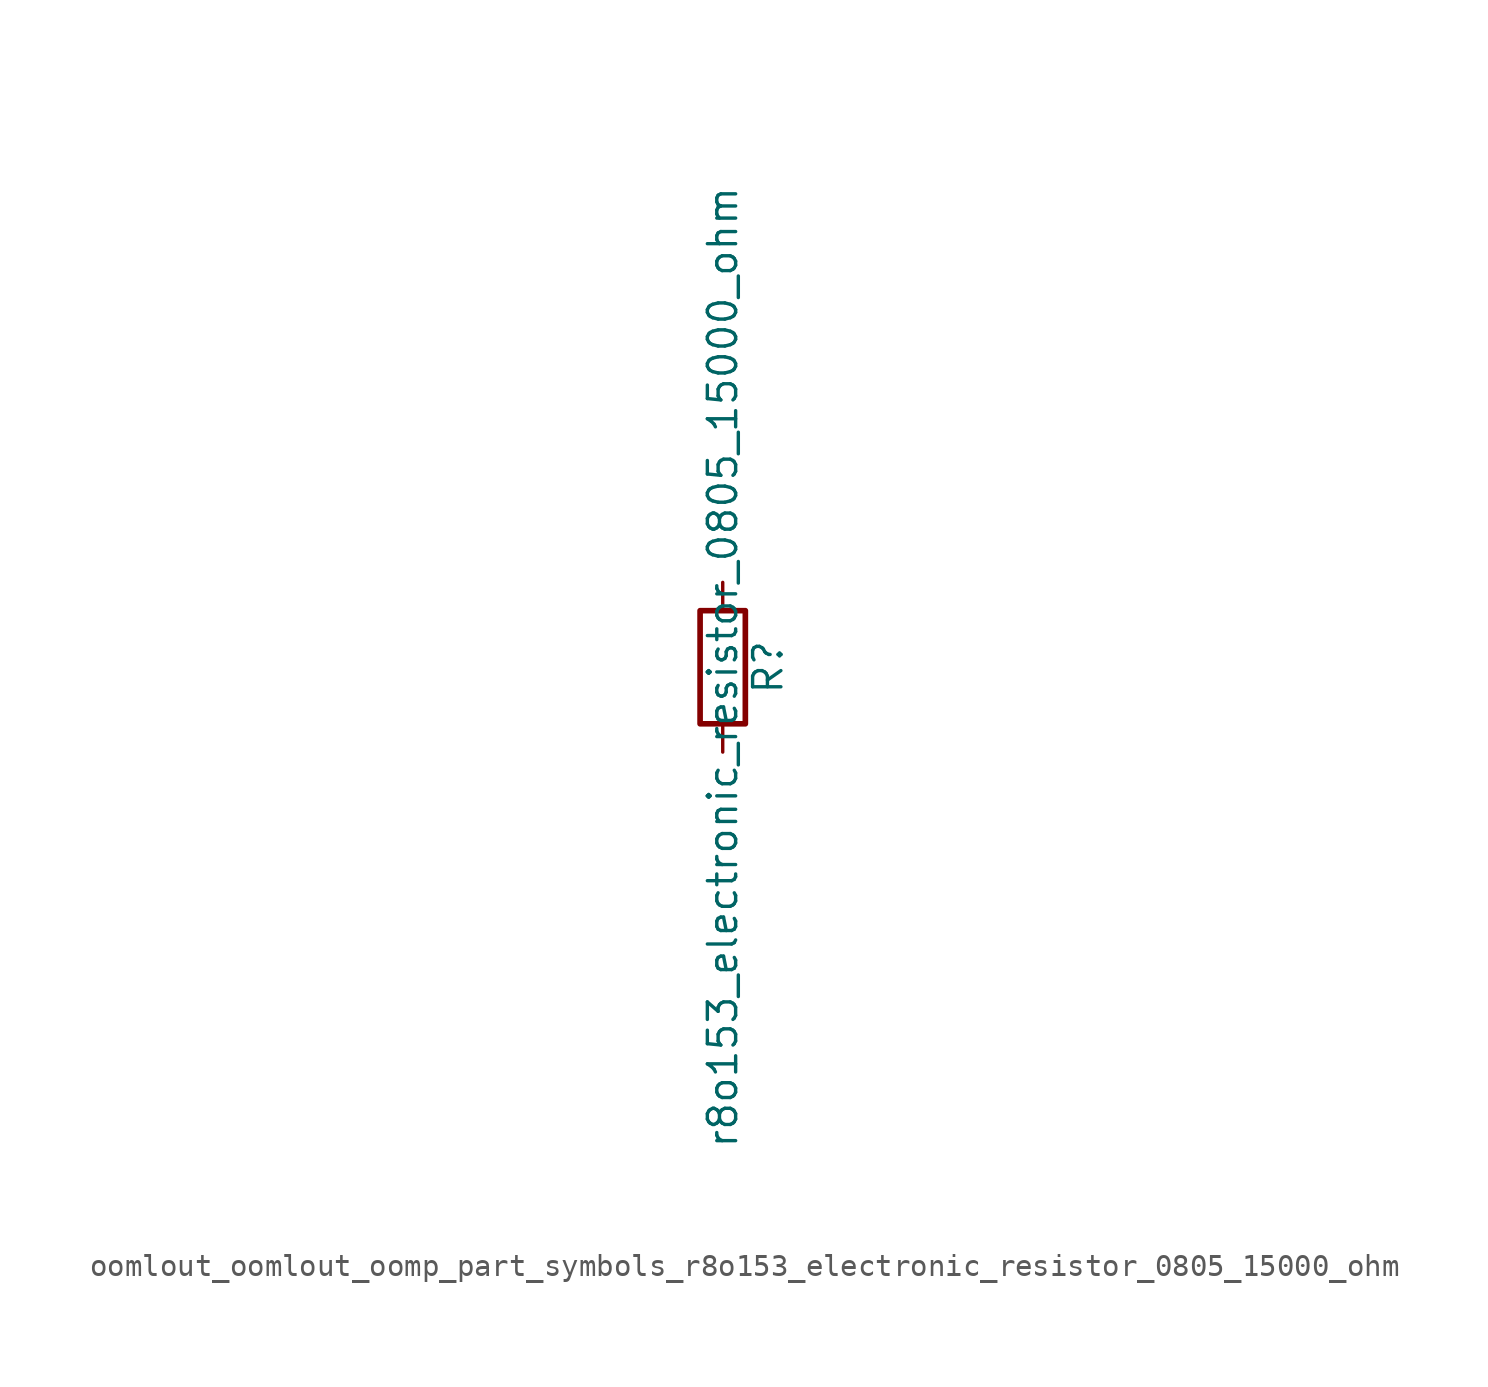
<source format=kicad_sym>
(kicad_symbol_lib
  (version 20220914)
  (generator kicad_symbol_editor)
  (symbol "oomlout_oomlout_oomp_part_symbols_r8o153_electronic_resistor_0805_15000_ohm"
    (pin_numbers hide)
    (pin_names
      (offset 0))
    (property "Reference" "R"
      (at 2.032 0 90)
      (effects (font (size 1.27 1.27))))
    (property "Value" "r8o153_electronic_resistor_0805_15000_ohm"
      (at 0 0 90)
      (effects (font (size 1.27 1.27))))
    (symbol "oomlout_oomlout_oomp_part_symbols_r8o153_electronic_resistor_0805_15000_ohm_0_1"
      (rectangle (start -1.016 -2.54) (end 1.016 2.54) (stroke (width 0.254) (type default)) (fill (type none))))
    (symbol "oomlout_oomlout_oomp_part_symbols_r8o153_electronic_resistor_0805_15000_ohm_1_1"
      (pin passive line (at 0 3.81 270) (length 1.27) (name "~" (effects (font (size 1.27 1.27)))) (number "1" (effects (font (size 1.27 1.27)))))
      (pin passive line (at 0 -3.81 90) (length 1.27) (name "~" (effects (font (size 1.27 1.27)))) (number "2" (effects (font (size 1.27 1.27))))))))
</source>
